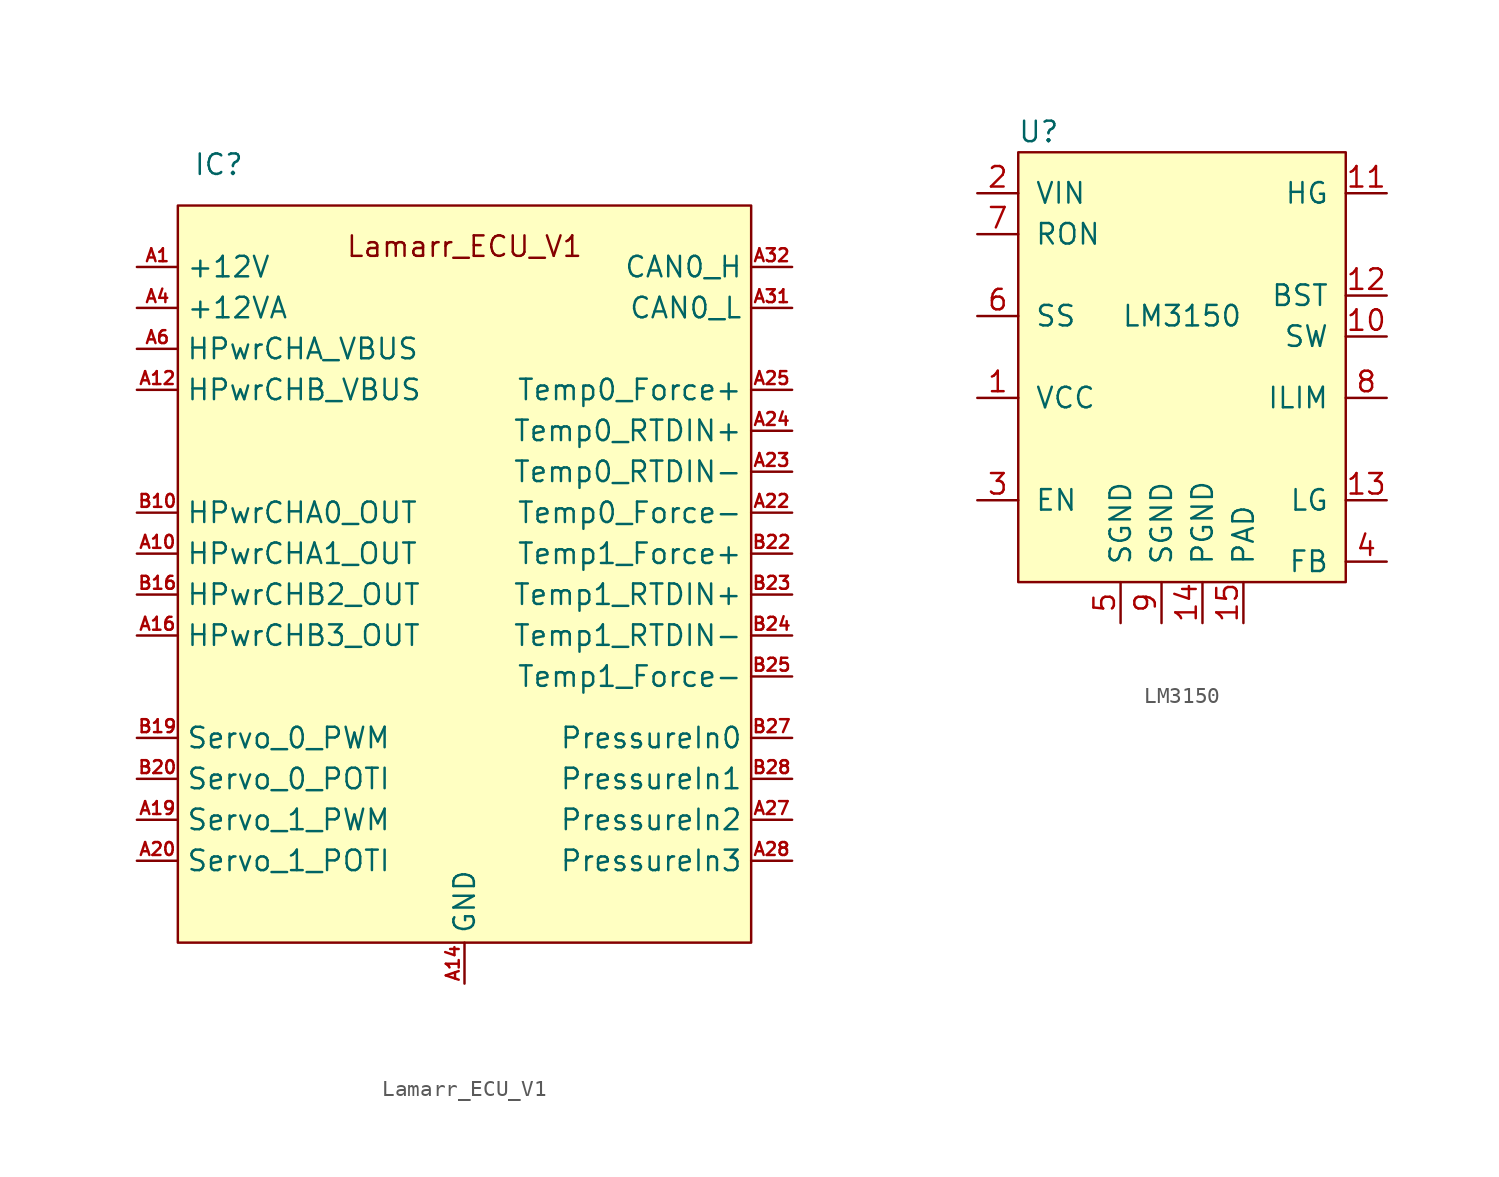
<source format=kicad_sym>
(kicad_symbol_lib
  (version 20220914)
  (generator kicad_symbol_editor)
  (symbol "Lamarr_ECU_V1"
    (property "Reference" "IC"
      (at -15.24 25.4 0)
      (effects (font (size 1.27 1.27))))
    (property "Value" ""
      (at 0 0 0)
      (effects (font (size 1.27 1.27))))
    (symbol "Lamarr_ECU_V1_1_0"
      (pin input line (at -20.32 1.27 0) (length 2.54) (name "HPwrCHA1_OUT" (effects (font (size 1.27 1.27)))) (number "A10" (effects (font (size 0.8 0.8)))))
      (pin input line (at -20.32 1.27 0) (length 2.54) hide (name "HPwrCHA1_OUT" (effects (font (size 1.27 1.27)))) (number "A11" (effects (font (size 1.27 1.27)))))
      (pin input line (at -20.32 11.43 0) (length 2.54) (name "HPwrCHB_VBUS" (effects (font (size 1.27 1.27)))) (number "A12" (effects (font (size 0.8 0.8)))))
      (pin input line (at -20.32 11.43 0) (length 2.54) hide (name "HPwrCHB_VBUS" (effects (font (size 1.27 1.27)))) (number "A13" (effects (font (size 1.27 1.27)))))
      (pin input line (at 0 -25.4 90) (length 2.54) (name "GND" (effects (font (size 1.27 1.27)))) (number "A14" (effects (font (size 0.8 0.8)))))
      (pin input line (at 0 -25.4 90) (length 2.54) hide (name "GND" (effects (font (size 1.27 1.27)))) (number "A15" (effects (font (size 1.27 1.27)))))
      (pin input line (at -20.32 -3.81 0) (length 2.54) (name "HPwrCHB3_OUT" (effects (font (size 1.27 1.27)))) (number "A16" (effects (font (size 0.8 0.8)))))
      (pin input line (at -20.32 -3.81 0) (length 2.54) hide (name "HPwrCHB3_OUT" (effects (font (size 1.27 1.27)))) (number "A17" (effects (font (size 1.27 1.27)))))
      (pin input line (at 0 -25.4 90) (length 2.54) hide (name "GND" (effects (font (size 1.27 1.27)))) (number "A18" (effects (font (size 1.27 1.27)))))
      (pin input line (at -20.32 -15.24 0) (length 2.54) (name "Servo_1_PWM" (effects (font (size 1.27 1.27)))) (number "A19" (effects (font (size 0.8 0.8)))))
      (pin input line (at -20.32 -17.78 0) (length 2.54) (name "Servo_1_POTI" (effects (font (size 1.27 1.27)))) (number "A20" (effects (font (size 0.8 0.8)))))
      (pin input line (at 0 -25.4 90) (length 2.54) hide (name "GND" (effects (font (size 1.27 1.27)))) (number "A21" (effects (font (size 1.27 1.27)))))
      (pin input line (at 20.32 3.81 180) (length 2.54) (name "Temp0_Force-" (effects (font (size 1.27 1.27)))) (number "A22" (effects (font (size 0.8 0.8)))))
      (pin input line (at 20.32 6.35 180) (length 2.54) (name "Temp0_RTDIN-" (effects (font (size 1.27 1.27)))) (number "A23" (effects (font (size 0.8 0.8)))))
      (pin input line (at 20.32 8.89 180) (length 2.54) (name "Temp0_RTDIN+" (effects (font (size 1.27 1.27)))) (number "A24" (effects (font (size 0.8 0.8)))))
      (pin input line (at 20.32 11.43 180) (length 2.54) (name "Temp0_Force+" (effects (font (size 1.27 1.27)))) (number "A25" (effects (font (size 0.8 0.8)))))
      (pin input line (at 0 -25.4 90) (length 2.54) hide (name "GND" (effects (font (size 1.27 1.27)))) (number "A26" (effects (font (size 1.27 1.27)))))
      (pin input line (at 20.32 -15.24 180) (length 2.54) (name "PressureIn2" (effects (font (size 1.27 1.27)))) (number "A27" (effects (font (size 0.8 0.8)))))
      (pin input line (at 20.32 -17.78 180) (length 2.54) (name "PressureIn3" (effects (font (size 1.27 1.27)))) (number "A28" (effects (font (size 0.8 0.8)))))
      (pin input line (at 0 -25.4 90) (length 2.54) hide (name "GND" (effects (font (size 1.27 1.27)))) (number "A29" (effects (font (size 1.27 1.27)))))
      (pin input line (at 0 -25.4 90) (length 2.54) hide (name "GND" (effects (font (size 1.27 1.27)))) (number "A30" (effects (font (size 1.27 1.27)))))
      (pin input line (at 20.32 16.51 180) (length 2.54) (name "CAN0_L" (effects (font (size 1.27 1.27)))) (number "A31" (effects (font (size 0.8 0.8)))))
      (pin input line (at 20.32 19.05 180) (length 2.54) (name "CAN0_H" (effects (font (size 1.27 1.27)))) (number "A32" (effects (font (size 0.8 0.8)))))
      (pin input line (at -20.32 16.51 0) (length 2.54) (name "+12VA" (effects (font (size 1.27 1.27)))) (number "A4" (effects (font (size 0.8 0.8)))))
      (pin input line (at 0 -25.4 90) (length 2.54) hide (name "GND" (effects (font (size 1.27 1.27)))) (number "A5" (effects (font (size 1.27 1.27)))))
      (pin input line (at -20.32 13.97 0) (length 2.54) (name "HPwrCHA_VBUS" (effects (font (size 1.27 1.27)))) (number "A6" (effects (font (size 0.8 0.8)))))
      (pin input line (at -20.32 13.97 0) (length 2.54) hide (name "HPwrCHA_VBUS" (effects (font (size 1.27 1.27)))) (number "A7" (effects (font (size 1.27 1.27)))))
      (pin input line (at 0 -25.4 90) (length 2.54) hide (name "GND" (effects (font (size 1.27 1.27)))) (number "A8" (effects (font (size 1.27 1.27)))))
      (pin input line (at 0 -25.4 90) (length 2.54) hide (name "GND" (effects (font (size 1.27 1.27)))) (number "A9" (effects (font (size 1.27 1.27)))))
      (pin input line (at -20.32 3.81 0) (length 2.54) (name "HPwrCHA0_OUT" (effects (font (size 1.27 1.27)))) (number "B10" (effects (font (size 0.8 0.8)))))
      (pin input line (at -20.32 3.81 0) (length 2.54) hide (name "HPwrCHA0_OUT" (effects (font (size 1.27 1.27)))) (number "B11" (effects (font (size 1.27 1.27)))))
      (pin input line (at -20.32 11.43 0) (length 2.54) hide (name "HPwrCHB_VBUS" (effects (font (size 1.27 1.27)))) (number "B12" (effects (font (size 1.27 1.27)))))
      (pin input line (at -20.32 11.43 0) (length 2.54) hide (name "HPwrCHB_VBUS" (effects (font (size 1.27 1.27)))) (number "B13" (effects (font (size 1.27 1.27)))))
      (pin input line (at 0 -25.4 90) (length 2.54) hide (name "GND" (effects (font (size 1.27 1.27)))) (number "B14" (effects (font (size 1.27 1.27)))))
      (pin input line (at 0 -25.4 90) (length 2.54) hide (name "GND" (effects (font (size 1.27 1.27)))) (number "B15" (effects (font (size 1.27 1.27)))))
      (pin input line (at -20.32 -1.27 0) (length 2.54) (name "HPwrCHB2_OUT" (effects (font (size 1.27 1.27)))) (number "B16" (effects (font (size 0.8 0.8)))))
      (pin input line (at -20.32 -1.27 0) (length 2.54) hide (name "HPwrCHB2_OUT" (effects (font (size 1.27 1.27)))) (number "B17" (effects (font (size 1.27 1.27)))))
      (pin input line (at 0 -25.4 90) (length 2.54) hide (name "GND" (effects (font (size 1.27 1.27)))) (number "B18" (effects (font (size 1.27 1.27)))))
      (pin input line (at -20.32 -10.16 0) (length 2.54) (name "Servo_0_PWM" (effects (font (size 1.27 1.27)))) (number "B19" (effects (font (size 0.8 0.8)))))
      (pin input line (at -20.32 -12.7 0) (length 2.54) (name "Servo_0_POTI" (effects (font (size 1.27 1.27)))) (number "B20" (effects (font (size 0.8 0.8)))))
      (pin input line (at 0 -25.4 90) (length 2.54) hide (name "GND" (effects (font (size 1.27 1.27)))) (number "B21" (effects (font (size 1.27 1.27)))))
      (pin input line (at 20.32 1.27 180) (length 2.54) (name "Temp1_Force+" (effects (font (size 1.27 1.27)))) (number "B22" (effects (font (size 0.8 0.8)))))
      (pin input line (at 20.32 -1.27 180) (length 2.54) (name "Temp1_RTDIN+" (effects (font (size 1.27 1.27)))) (number "B23" (effects (font (size 0.8 0.8)))))
      (pin input line (at 20.32 -3.81 180) (length 2.54) (name "Temp1_RTDIN-" (effects (font (size 1.27 1.27)))) (number "B24" (effects (font (size 0.8 0.8)))))
      (pin input line (at 20.32 -6.35 180) (length 2.54) (name "Temp1_Force-" (effects (font (size 1.27 1.27)))) (number "B25" (effects (font (size 0.8 0.8)))))
      (pin input line (at 0 -25.4 90) (length 2.54) hide (name "GND" (effects (font (size 1.27 1.27)))) (number "B26" (effects (font (size 1.27 1.27)))))
      (pin input line (at 20.32 -10.16 180) (length 2.54) (name "PressureIn0" (effects (font (size 1.27 1.27)))) (number "B27" (effects (font (size 0.8 0.8)))))
      (pin input line (at 20.32 -12.7 180) (length 2.54) (name "PressureIn1" (effects (font (size 1.27 1.27)))) (number "B28" (effects (font (size 0.8 0.8)))))
      (pin input line (at 0 -25.4 90) (length 2.54) hide (name "GND" (effects (font (size 1.27 1.27)))) (number "B29" (effects (font (size 1.27 1.27)))))
      (pin input line (at 0 -25.4 90) (length 2.54) hide (name "GND" (effects (font (size 1.27 1.27)))) (number "B3" (effects (font (size 1.27 1.27)))))
      (pin input line (at 0 -25.4 90) (length 2.54) hide (name "GND" (effects (font (size 1.27 1.27)))) (number "B30" (effects (font (size 1.27 1.27)))))
      (pin input line (at 20.32 16.51 180) (length 2.54) hide (name "CAN1_L" (effects (font (size 1.27 1.27)))) (number "B31" (effects (font (size 1.27 1.27)))))
      (pin input line (at 20.32 19.05 180) (length 2.54) hide (name "CAN1_H" (effects (font (size 1.27 1.27)))) (number "B32" (effects (font (size 1.27 1.27)))))
      (pin input line (at -20.32 16.51 0) (length 2.54) hide (name "+12VA" (effects (font (size 1.27 1.27)))) (number "B4" (effects (font (size 1.27 1.27)))))
      (pin input line (at 0 -25.4 90) (length 2.54) hide (name "GND" (effects (font (size 1.27 1.27)))) (number "B5" (effects (font (size 1.27 1.27)))))
      (pin input line (at -20.32 13.97 0) (length 2.54) hide (name "HPwrCHA_VBUS" (effects (font (size 1.27 1.27)))) (number "B6" (effects (font (size 1.27 1.27)))))
      (pin input line (at -20.32 13.97 0) (length 2.54) hide (name "HPwrCHA_VBUS" (effects (font (size 1.27 1.27)))) (number "B7" (effects (font (size 1.27 1.27)))))
      (pin input line (at 0 -25.4 90) (length 2.54) hide (name "GND" (effects (font (size 1.27 1.27)))) (number "B8" (effects (font (size 1.27 1.27)))))
      (pin input line (at 0 -25.4 90) (length 2.54) hide (name "GND" (effects (font (size 1.27 1.27)))) (number "B9" (effects (font (size 1.27 1.27))))))
    (symbol "Lamarr_ECU_V1_1_1"
      (rectangle (start -17.78 22.86) (end 17.78 -22.86) (stroke (width 0) (type default)) (fill (type background)))
      (text "Lamarr_ECU_V1" (at 0 20.32 0) (effects (font (size 1.27 1.27))))
      (pin input line (at 0 -25.4 90) (length 2.54) hide (name "GND" (effects (font (size 1.27 1.27)))) (number "1" (effects (font (size 1.27 1.27)))))
      (pin input line (at -20.32 19.05 0) (length 2.54) (name "+12V" (effects (font (size 1.27 1.27)))) (number "A1" (effects (font (size 0.8 0.8)))))
      (pin input line (at -20.32 19.05 0) (length 2.54) hide (name "+12V" (effects (font (size 1.27 1.27)))) (number "A2" (effects (font (size 1.27 1.27)))))
      (pin input line (at 0 -25.4 90) (length 2.54) hide (name "GND" (effects (font (size 1.27 1.27)))) (number "A3" (effects (font (size 1.27 1.27)))))
      (pin input line (at -20.32 19.05 0) (length 2.54) hide (name "+12V" (effects (font (size 1.27 1.27)))) (number "B1" (effects (font (size 1.27 1.27)))))
      (pin input line (at -20.32 19.05 0) (length 2.54) hide (name "+12V" (effects (font (size 1.27 1.27)))) (number "B2" (effects (font (size 1.27 1.27)))))))
  (symbol "LM3150"
    (pin_names
      (offset 1.016))
    (property "Reference" "U"
      (at -8.89 15.24 0)
      (effects (font (size 1.27 1.27))))
    (property "Value" "LM3150"
      (at 0 3.81 0)
      (effects (font (size 1.27 1.27))))
    (symbol "LM3150_0_1"
      (rectangle (start 10.16 13.97) (end -10.16 -12.7) (stroke (width 0) (type default)) (fill (type background))))
    (symbol "LM3150_1_1"
      (pin power_out line (at -12.7 -1.27 0) (length 2.54) (name "VCC" (effects (font (size 1.27 1.27)))) (number "1" (effects (font (size 1.27 1.27)))))
      (pin output line (at 12.7 2.54 180) (length 2.54) (name "SW" (effects (font (size 1.27 1.27)))) (number "10" (effects (font (size 1.27 1.27)))))
      (pin output line (at 12.7 11.43 180) (length 2.54) (name "HG" (effects (font (size 1.27 1.27)))) (number "11" (effects (font (size 1.27 1.27)))))
      (pin input line (at 12.7 5.08 180) (length 2.54) (name "BST" (effects (font (size 1.27 1.27)))) (number "12" (effects (font (size 1.27 1.27)))))
      (pin output line (at 12.7 -7.62 180) (length 2.54) (name "LG" (effects (font (size 1.27 1.27)))) (number "13" (effects (font (size 1.27 1.27)))))
      (pin power_in line (at 1.27 -15.24 90) (length 2.54) (name "PGND" (effects (font (size 1.27 1.27)))) (number "14" (effects (font (size 1.27 1.27)))))
      (pin power_in line (at 3.81 -15.24 90) (length 2.54) (name "PAD" (effects (font (size 1.27 1.27)))) (number "15" (effects (font (size 1.27 1.27)))))
      (pin power_in line (at -12.7 11.43 0) (length 2.54) (name "VIN" (effects (font (size 1.27 1.27)))) (number "2" (effects (font (size 1.27 1.27)))))
      (pin input line (at -12.7 -7.62 0) (length 2.54) (name "EN" (effects (font (size 1.27 1.27)))) (number "3" (effects (font (size 1.27 1.27)))))
      (pin input line (at 12.7 -11.43 180) (length 2.54) (name "FB" (effects (font (size 1.27 1.27)))) (number "4" (effects (font (size 1.27 1.27)))))
      (pin power_in line (at -3.81 -15.24 90) (length 2.54) (name "SGND" (effects (font (size 1.27 1.27)))) (number "5" (effects (font (size 1.27 1.27)))))
      (pin input line (at -12.7 3.81 0) (length 2.54) (name "SS" (effects (font (size 1.27 1.27)))) (number "6" (effects (font (size 1.27 1.27)))))
      (pin input line (at -12.7 8.89 0) (length 2.54) (name "RON" (effects (font (size 1.27 1.27)))) (number "7" (effects (font (size 1.27 1.27)))))
      (pin input line (at 12.7 -1.27 180) (length 2.54) (name "ILIM" (effects (font (size 1.27 1.27)))) (number "8" (effects (font (size 1.27 1.27)))))
      (pin power_in line (at -1.27 -15.24 90) (length 2.54) (name "SGND" (effects (font (size 1.27 1.27)))) (number "9" (effects (font (size 1.27 1.27))))))))
</source>
